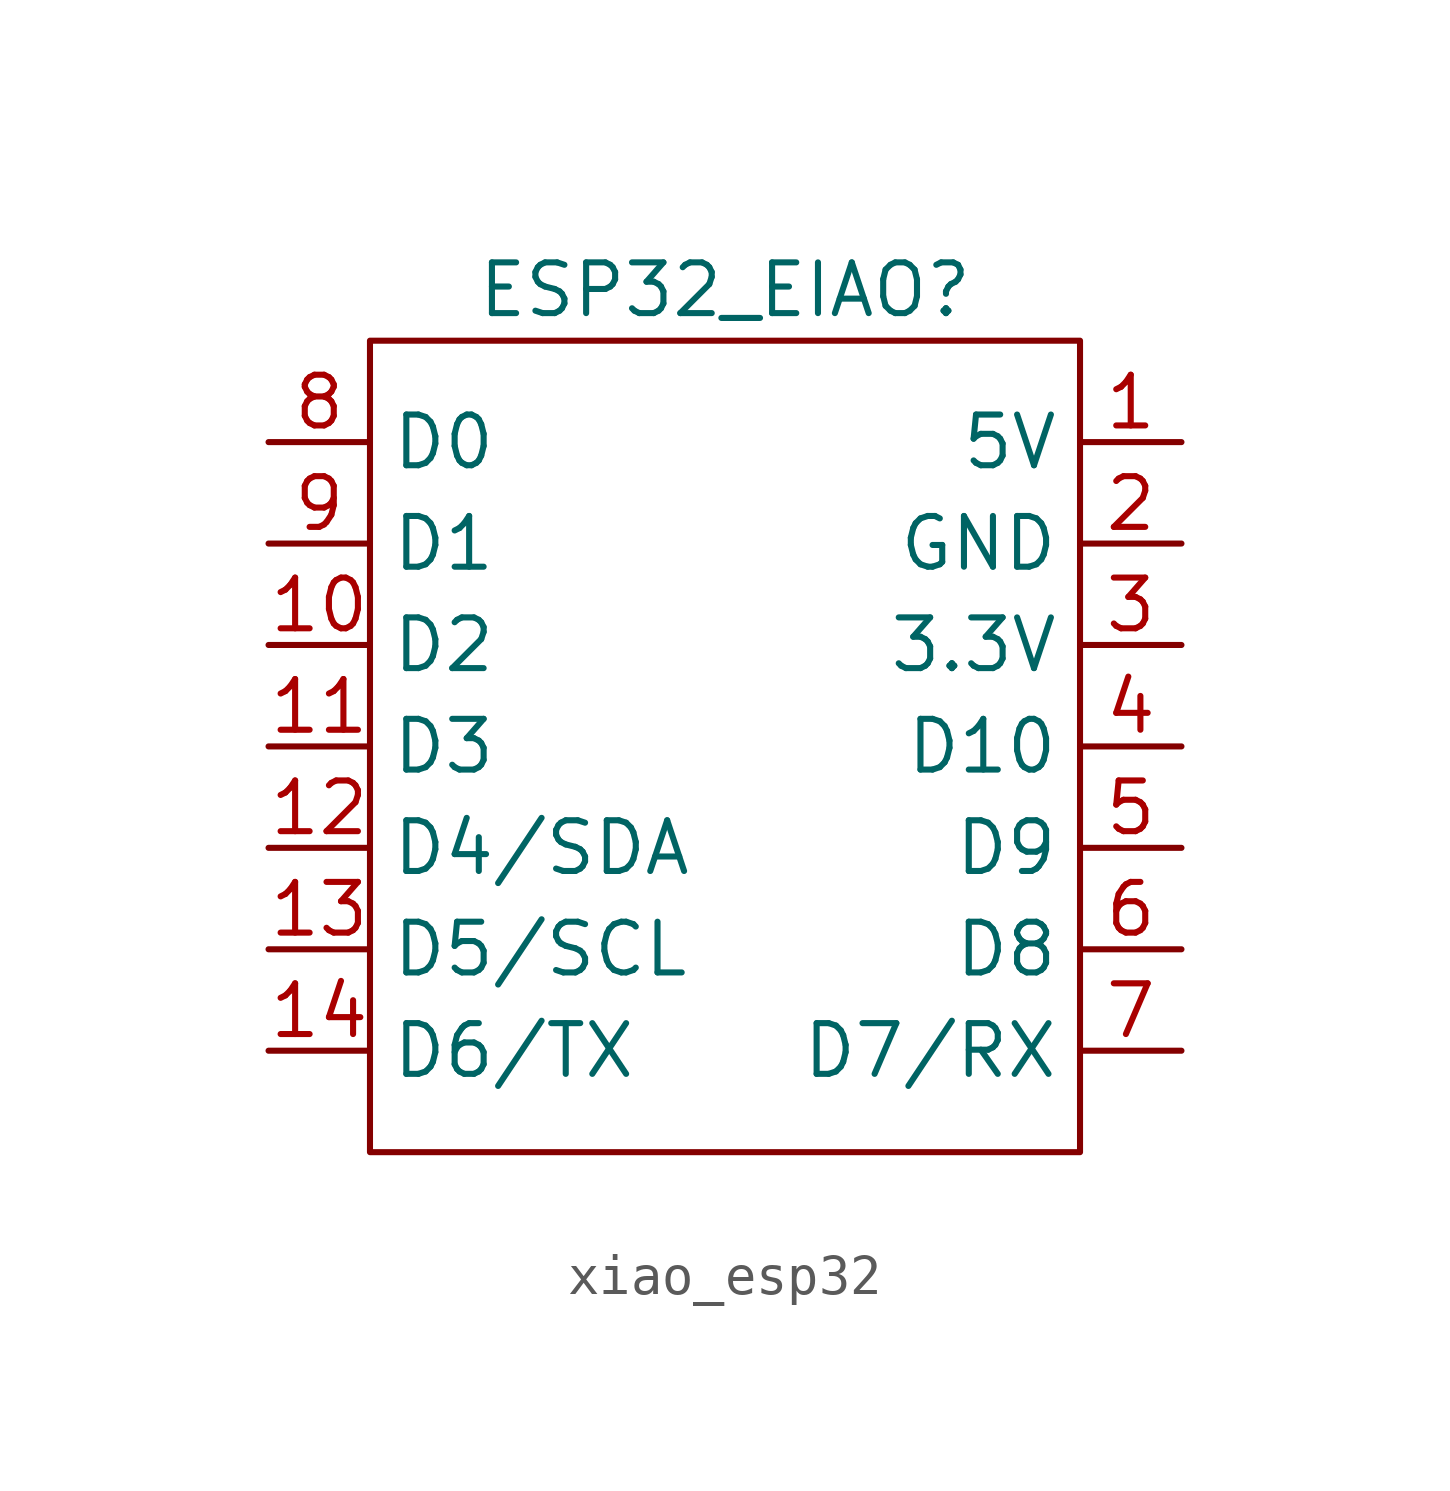
<source format=kicad_sym>
(kicad_symbol_lib
  (version 20231120)
  (generator "kicad_symbol_editor")
  (generator_version "8.0")
  (symbol "xiao_esp32"
    (property "Reference" "ESP32_EIAO"
      (at 0 1.27 0)
      (effects (font (size 1.27 1.27))))
    (property "Value" ""
      (at 1.27 -1.27 0)
      (effects (font (size 1.27 1.27))))
    (symbol "xiao_esp32_0_1"
      (rectangle (start -8.89 0) (end 8.89 -20.32) (stroke (width 0) (type default)) (fill (type none))))
    (symbol "xiao_esp32_1_1"
      (pin bidirectional line (at 11.43 -2.54 180) (length 2.54) (name "5V" (effects (font (size 1.27 1.27)))) (number "1" (effects (font (size 1.27 1.27)))))
      (pin bidirectional line (at -11.43 -7.62 0) (length 2.54) (name "D2" (effects (font (size 1.27 1.27)))) (number "10" (effects (font (size 1.27 1.27)))))
      (pin bidirectional line (at -11.43 -10.16 0) (length 2.54) (name "D3" (effects (font (size 1.27 1.27)))) (number "11" (effects (font (size 1.27 1.27)))))
      (pin bidirectional line (at -11.43 -12.7 0) (length 2.54) (name "D4/SDA" (effects (font (size 1.27 1.27)))) (number "12" (effects (font (size 1.27 1.27)))))
      (pin bidirectional line (at -11.43 -15.24 0) (length 2.54) (name "D5/SCL" (effects (font (size 1.27 1.27)))) (number "13" (effects (font (size 1.27 1.27)))))
      (pin bidirectional line (at -11.43 -17.78 0) (length 2.54) (name "D6/TX" (effects (font (size 1.27 1.27)))) (number "14" (effects (font (size 1.27 1.27)))))
      (pin bidirectional line (at 11.43 -5.08 180) (length 2.54) (name "GND" (effects (font (size 1.27 1.27)))) (number "2" (effects (font (size 1.27 1.27)))))
      (pin bidirectional line (at 11.43 -7.62 180) (length 2.54) (name "3.3V" (effects (font (size 1.27 1.27)))) (number "3" (effects (font (size 1.27 1.27)))))
      (pin bidirectional line (at 11.43 -10.16 180) (length 2.54) (name "D10" (effects (font (size 1.27 1.27)))) (number "4" (effects (font (size 1.27 1.27)))))
      (pin bidirectional line (at 11.43 -12.7 180) (length 2.54) (name "D9" (effects (font (size 1.27 1.27)))) (number "5" (effects (font (size 1.27 1.27)))))
      (pin bidirectional line (at 11.43 -15.24 180) (length 2.54) (name "D8" (effects (font (size 1.27 1.27)))) (number "6" (effects (font (size 1.27 1.27)))))
      (pin bidirectional line (at 11.43 -17.78 180) (length 2.54) (name "D7/RX" (effects (font (size 1.27 1.27)))) (number "7" (effects (font (size 1.27 1.27)))))
      (pin bidirectional line (at -11.43 -2.54 0) (length 2.54) (name "D0" (effects (font (size 1.27 1.27)))) (number "8" (effects (font (size 1.27 1.27)))))
      (pin bidirectional line (at -11.43 -5.08 0) (length 2.54) (name "D1" (effects (font (size 1.27 1.27)))) (number "9" (effects (font (size 1.27 1.27))))))))
</source>
